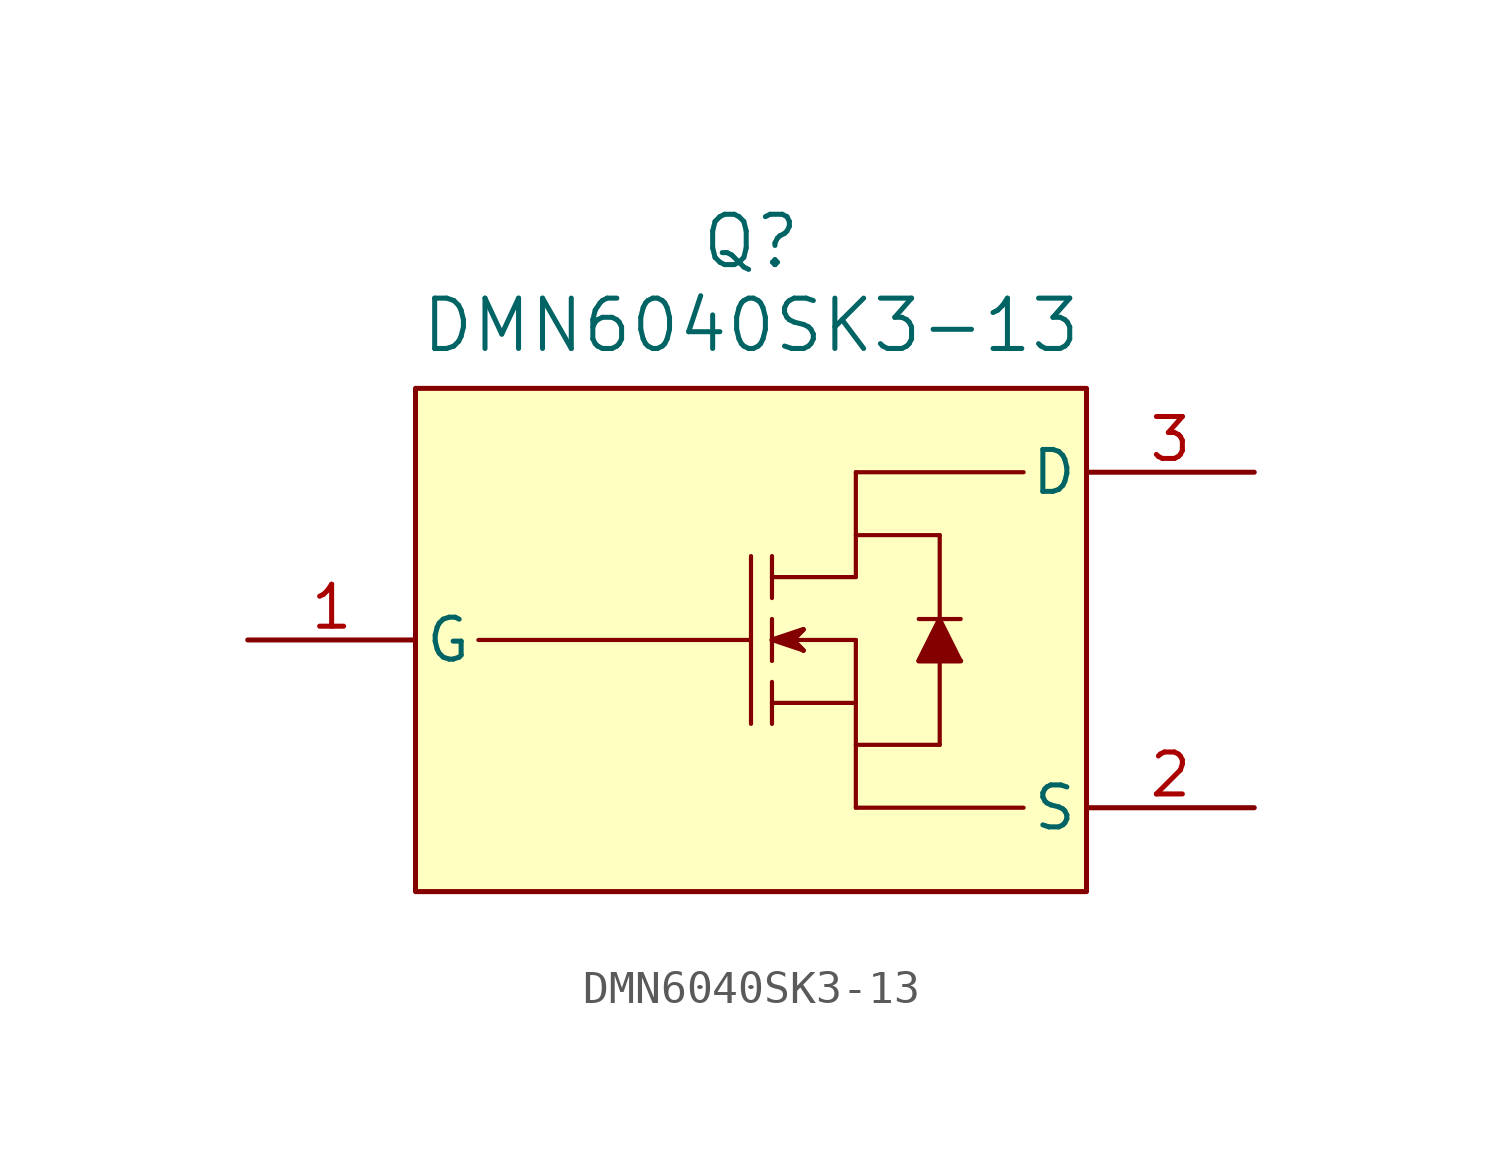
<source format=kicad_sym>
(kicad_symbol_lib
  (version 20220914)
  (generator kicad_symbol_editor)
  (symbol "DMN6040SK3-13"
    (pin_names
      (offset 0.254))
    (property "Reference" "Q"
      (at 0 12.065 0)
      (effects (font (size 1.524 1.524))))
    (property "Value" "DMN6040SK3-13"
      (at 0 9.525 0)
      (effects (font (size 1.524 1.524))))
    (symbol "DMN6040SK3-13_0_1"
      (polyline (pts (xy -8.255 0) (xy 0 0)) (stroke (width 0.127) (type default)) (fill (type none)))
      (polyline (pts (xy 0 2.54) (xy 0 -2.54)) (stroke (width 0.127) (type default)) (fill (type none)))
      (polyline (pts (xy 0.635 -1.905) (xy 3.175 -1.905)) (stroke (width 0.127) (type default)) (fill (type none)))
      (polyline (pts (xy 0.635 -1.27) (xy 0.635 -2.54)) (stroke (width 0.127) (type default)) (fill (type none)))
      (polyline (pts (xy 0.635 0) (xy 1.587 0.318)) (stroke (width 0.127) (type default)) (fill (type none)))
      (polyline (pts (xy 0.635 0) (xy 3.175 0)) (stroke (width 0.127) (type default)) (fill (type none)))
      (polyline (pts (xy 0.635 0.635) (xy 0.635 -0.635)) (stroke (width 0.127) (type default)) (fill (type none)))
      (polyline (pts (xy 0.635 1.905) (xy 3.175 1.905)) (stroke (width 0.127) (type default)) (fill (type none)))
      (polyline (pts (xy 0.635 2.54) (xy 0.635 1.27)) (stroke (width 0.127) (type default)) (fill (type none)))
      (polyline (pts (xy 1.27 0) (xy 1.587 -0.318)) (stroke (width 0.127) (type default)) (fill (type none)))
      (polyline (pts (xy 1.587 -0.318) (xy 0.635 0)) (stroke (width 0.127) (type default)) (fill (type none)))
      (polyline (pts (xy 1.587 0.318) (xy 1.27 0)) (stroke (width 0.127) (type default)) (fill (type none)))
      (polyline (pts (xy 3.175 -3.175) (xy 5.715 -3.175)) (stroke (width 0.127) (type default)) (fill (type none)))
      (polyline (pts (xy 3.175 0) (xy 3.175 -5.08)) (stroke (width 0.127) (type default)) (fill (type none)))
      (polyline (pts (xy 3.175 3.175) (xy 5.715 3.175)) (stroke (width 0.127) (type default)) (fill (type none)))
      (polyline (pts (xy 3.175 5.08) (xy 3.175 1.905)) (stroke (width 0.127) (type default)) (fill (type none)))
      (polyline (pts (xy 5.08 -0.635) (xy 5.715 0.635)) (stroke (width 0.127) (type default)) (fill (type none)))
      (polyline (pts (xy 5.08 -0.635) (xy 6.35 -0.635)) (stroke (width 0.127) (type default)) (fill (type none)))
      (polyline (pts (xy 5.08 0.635) (xy 6.35 0.635)) (stroke (width 0.127) (type default)) (fill (type none)))
      (polyline (pts (xy 5.715 0.635) (xy 6.35 -0.635)) (stroke (width 0.127) (type default)) (fill (type none)))
      (polyline (pts (xy 5.715 3.175) (xy 5.715 -3.175)) (stroke (width 0.127) (type default)) (fill (type none)))
      (polyline (pts (xy 8.255 -5.08) (xy 3.175 -5.08)) (stroke (width 0.127) (type default)) (fill (type none)))
      (polyline (pts (xy 8.255 5.08) (xy 3.175 5.08)) (stroke (width 0.127) (type default)) (fill (type none)))
      (polyline (pts (xy 5.715 0.635) (xy 5.08 -0.635) (xy 6.35 -0.635)) (stroke (width 0) (type default)) (fill (type outline)))
      (polyline (pts (xy 0.635 0) (xy 1.587 0.318) (xy 1.27 0) (xy 1.587 -0.318)) (stroke (width 0) (type default)) (fill (type outline))))
    (symbol "DMN6040SK3-13_1_1"
      (rectangle (start -10.16 7.62) (end 10.16 -7.62) (stroke (width 0) (type default)) (fill (type background)))
      (pin input line (at -15.24 0 0) (length 5.08) (name "G" (effects (font (size 1.27 1.27)))) (number "1" (effects (font (size 1.27 1.27)))))
      (pin passive line (at 15.24 -5.08 180) (length 5.08) (name "S" (effects (font (size 1.27 1.27)))) (number "2" (effects (font (size 1.27 1.27)))))
      (pin passive line (at 15.24 5.08 180) (length 5.08) (name "D" (effects (font (size 1.27 1.27)))) (number "3" (effects (font (size 1.27 1.27))))))))
</source>
